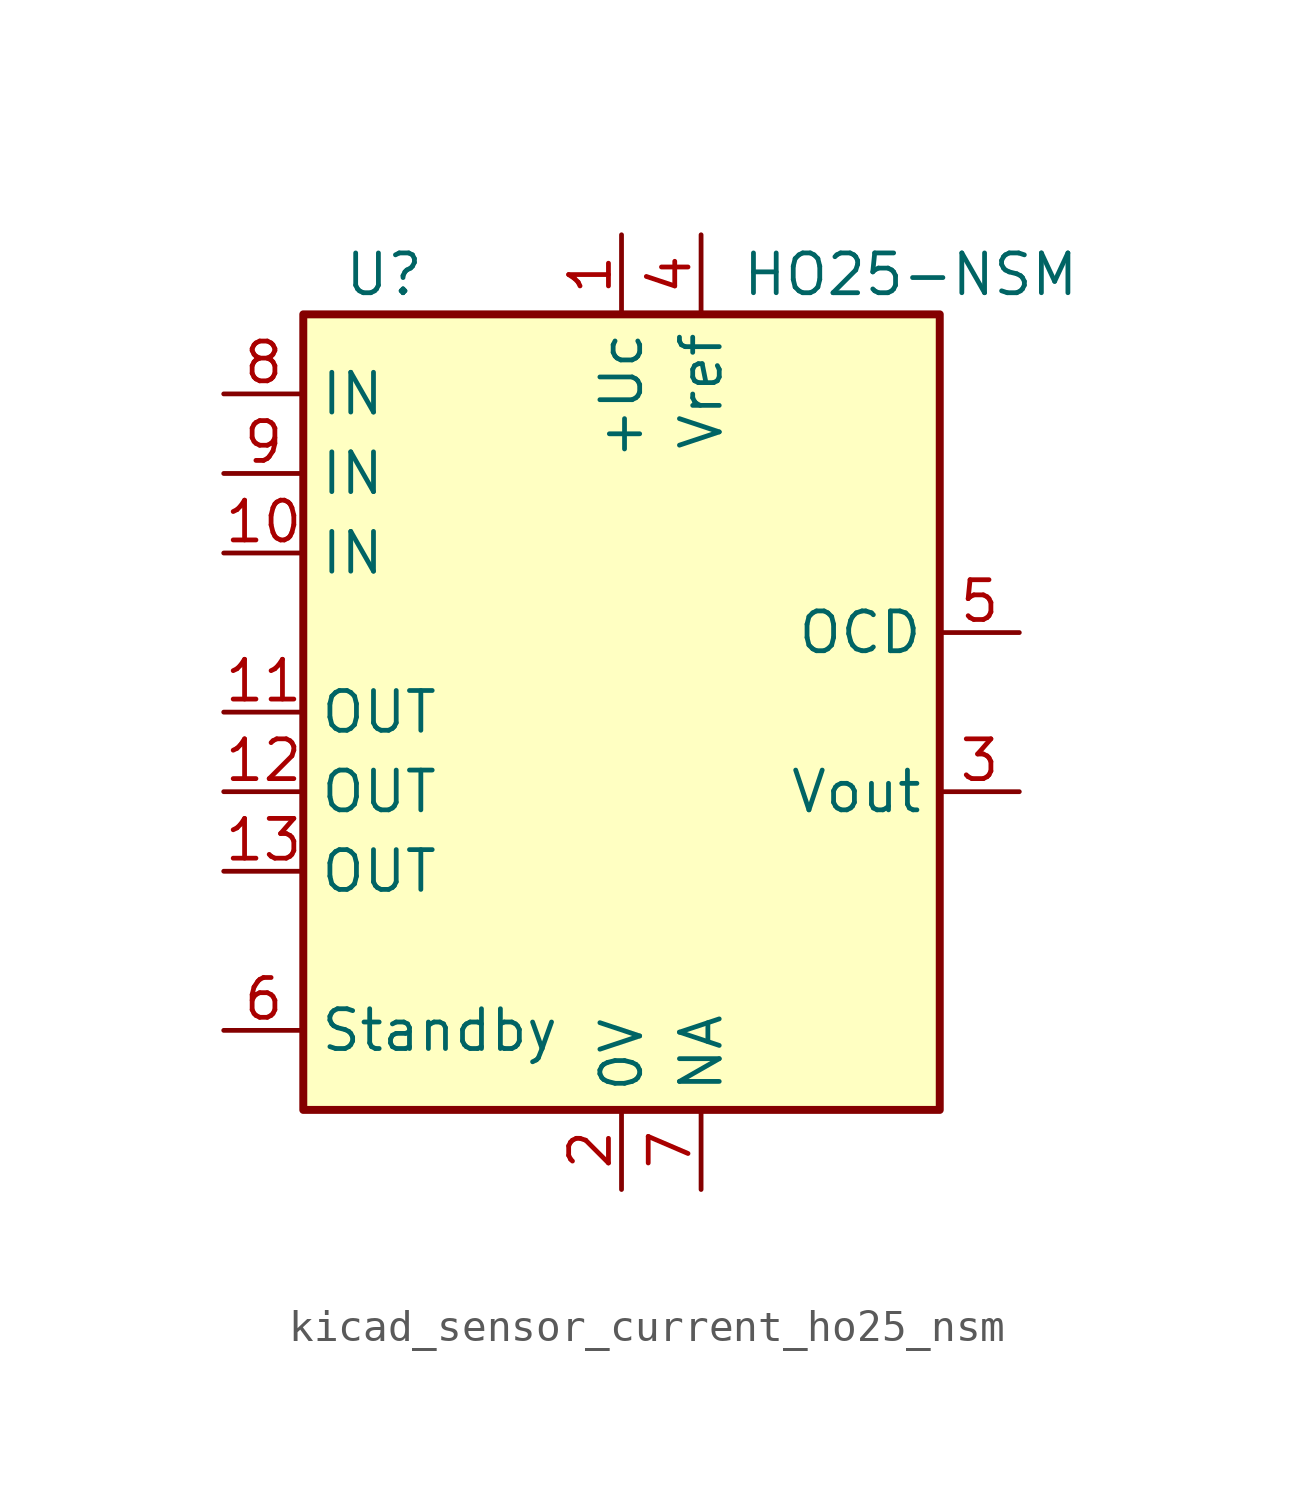
<source format=kicad_sym>
(kicad_symbol_lib
  (version 20220914)
  (generator kicad_symbol_editor)
  (symbol "kicad_sensor_current_ho25_nsm"
    (property "Reference" "U"
      (at -8.89 13.97 0)
      (effects (font (size 1.27 1.27)) (justify left)))
    (property "Value" "HO25-NSM"
      (at 3.81 13.97 0)
      (effects (font (size 1.27 1.27)) (justify left)))
    (symbol "kicad_sensor_current_ho25_nsm_0_1"
      (rectangle (start -10.16 12.7) (end 10.16 -12.7) (stroke (width 0.254) (type default)) (fill (type background))))
    (symbol "kicad_sensor_current_ho25_nsm_1_1"
      (pin power_in line (at 0 15.24 270) (length 2.54) (name "+Uc" (effects (font (size 1.27 1.27)))) (number "1" (effects (font (size 1.27 1.27)))))
      (pin passive line (at -12.7 5.08 0) (length 2.54) (name "IN" (effects (font (size 1.27 1.27)))) (number "10" (effects (font (size 1.27 1.27)))))
      (pin passive line (at -12.7 0 0) (length 2.54) (name "OUT" (effects (font (size 1.27 1.27)))) (number "11" (effects (font (size 1.27 1.27)))))
      (pin passive line (at -12.7 -2.54 0) (length 2.54) (name "OUT" (effects (font (size 1.27 1.27)))) (number "12" (effects (font (size 1.27 1.27)))))
      (pin passive line (at -12.7 -5.08 0) (length 2.54) (name "OUT" (effects (font (size 1.27 1.27)))) (number "13" (effects (font (size 1.27 1.27)))))
      (pin power_in line (at 0 -15.24 90) (length 2.54) (name "0V" (effects (font (size 1.27 1.27)))) (number "2" (effects (font (size 1.27 1.27)))))
      (pin output line (at 12.7 -2.54 180) (length 2.54) (name "Vout" (effects (font (size 1.27 1.27)))) (number "3" (effects (font (size 1.27 1.27)))))
      (pin passive line (at 2.54 15.24 270) (length 2.54) (name "Vref" (effects (font (size 1.27 1.27)))) (number "4" (effects (font (size 1.27 1.27)))))
      (pin open_collector line (at 12.7 2.54 180) (length 2.54) (name "OCD" (effects (font (size 1.27 1.27)))) (number "5" (effects (font (size 1.27 1.27)))))
      (pin input line (at -12.7 -10.16 0) (length 2.54) (name "Standby" (effects (font (size 1.27 1.27)))) (number "6" (effects (font (size 1.27 1.27)))))
      (pin passive line (at 2.54 -15.24 90) (length 2.54) (name "NA" (effects (font (size 1.27 1.27)))) (number "7" (effects (font (size 1.27 1.27)))))
      (pin passive line (at -12.7 10.16 0) (length 2.54) (name "IN" (effects (font (size 1.27 1.27)))) (number "8" (effects (font (size 1.27 1.27)))))
      (pin passive line (at -12.7 7.62 0) (length 2.54) (name "IN" (effects (font (size 1.27 1.27)))) (number "9" (effects (font (size 1.27 1.27))))))))
</source>
